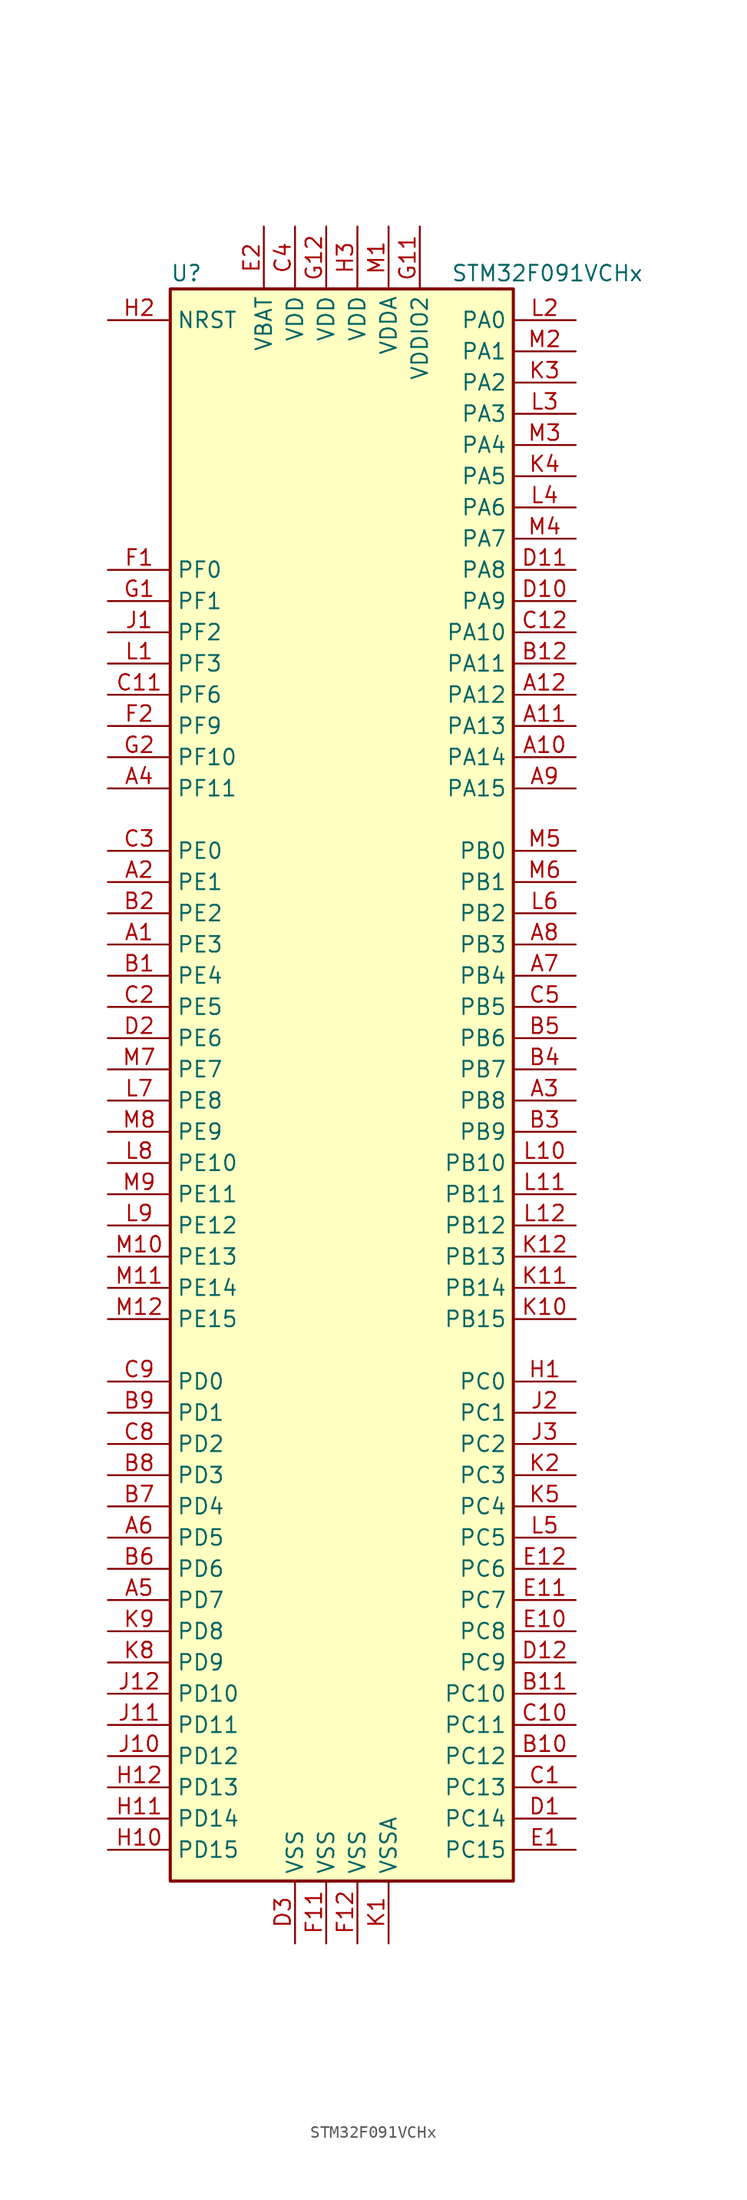
<source format=kicad_sym>
(kicad_symbol_lib
  (version 20201005)
  (generator kicad_symbol_editor)
  (symbol "STM32F091VCHx"
    (property "Reference" "U"
      (at -15.24 64.77 0)
      (effects (font (size 1.27 1.27)) (justify left)))
    (property "Value" "STM32F091VCHx"
      (at 7.62 64.77 0)
      (effects (font (size 1.27 1.27)) (justify left)))
    (symbol "STM32F091VCHx_0_1"
      (rectangle (start -15.24 -66.04) (end 12.7 63.5) (stroke (width 0.254)) (fill (type background))))
    (symbol "STM32F091VCHx_1_1"
      (pin no_connect line (at -15.24 -63.5 0) (length 5.08) hide (name "NC" (effects (font (size 1.27 1.27)))) (number "E3" (effects (font (size 1.27 1.27)))))
      (pin input line (at -20.32 60.96 0) (length 5.08) (name "NRST" (effects (font (size 1.27 1.27)))) (number "H2" (effects (font (size 1.27 1.27)))))
      (pin bidirectional line (at 17.78 60.96 180) (length 5.08) (name "PA0" (effects (font (size 1.27 1.27)))) (number "L2" (effects (font (size 1.27 1.27)))))
      (pin bidirectional line (at 17.78 58.42 180) (length 5.08) (name "PA1" (effects (font (size 1.27 1.27)))) (number "M2" (effects (font (size 1.27 1.27)))))
      (pin bidirectional line (at 17.78 35.56 180) (length 5.08) (name "PA10" (effects (font (size 1.27 1.27)))) (number "C12" (effects (font (size 1.27 1.27)))))
      (pin bidirectional line (at 17.78 33.02 180) (length 5.08) (name "PA11" (effects (font (size 1.27 1.27)))) (number "B12" (effects (font (size 1.27 1.27)))))
      (pin bidirectional line (at 17.78 30.48 180) (length 5.08) (name "PA12" (effects (font (size 1.27 1.27)))) (number "A12" (effects (font (size 1.27 1.27)))))
      (pin bidirectional line (at 17.78 27.94 180) (length 5.08) (name "PA13" (effects (font (size 1.27 1.27)))) (number "A11" (effects (font (size 1.27 1.27)))))
      (pin bidirectional line (at 17.78 25.4 180) (length 5.08) (name "PA14" (effects (font (size 1.27 1.27)))) (number "A10" (effects (font (size 1.27 1.27)))))
      (pin bidirectional line (at 17.78 22.86 180) (length 5.08) (name "PA15" (effects (font (size 1.27 1.27)))) (number "A9" (effects (font (size 1.27 1.27)))))
      (pin bidirectional line (at 17.78 55.88 180) (length 5.08) (name "PA2" (effects (font (size 1.27 1.27)))) (number "K3" (effects (font (size 1.27 1.27)))))
      (pin bidirectional line (at 17.78 53.34 180) (length 5.08) (name "PA3" (effects (font (size 1.27 1.27)))) (number "L3" (effects (font (size 1.27 1.27)))))
      (pin bidirectional line (at 17.78 50.8 180) (length 5.08) (name "PA4" (effects (font (size 1.27 1.27)))) (number "M3" (effects (font (size 1.27 1.27)))))
      (pin bidirectional line (at 17.78 48.26 180) (length 5.08) (name "PA5" (effects (font (size 1.27 1.27)))) (number "K4" (effects (font (size 1.27 1.27)))))
      (pin bidirectional line (at 17.78 45.72 180) (length 5.08) (name "PA6" (effects (font (size 1.27 1.27)))) (number "L4" (effects (font (size 1.27 1.27)))))
      (pin bidirectional line (at 17.78 43.18 180) (length 5.08) (name "PA7" (effects (font (size 1.27 1.27)))) (number "M4" (effects (font (size 1.27 1.27)))))
      (pin bidirectional line (at 17.78 40.64 180) (length 5.08) (name "PA8" (effects (font (size 1.27 1.27)))) (number "D11" (effects (font (size 1.27 1.27)))))
      (pin bidirectional line (at 17.78 38.1 180) (length 5.08) (name "PA9" (effects (font (size 1.27 1.27)))) (number "D10" (effects (font (size 1.27 1.27)))))
      (pin bidirectional line (at 17.78 17.78 180) (length 5.08) (name "PB0" (effects (font (size 1.27 1.27)))) (number "M5" (effects (font (size 1.27 1.27)))))
      (pin bidirectional line (at 17.78 15.24 180) (length 5.08) (name "PB1" (effects (font (size 1.27 1.27)))) (number "M6" (effects (font (size 1.27 1.27)))))
      (pin bidirectional line (at 17.78 -7.62 180) (length 5.08) (name "PB10" (effects (font (size 1.27 1.27)))) (number "L10" (effects (font (size 1.27 1.27)))))
      (pin bidirectional line (at 17.78 -10.16 180) (length 5.08) (name "PB11" (effects (font (size 1.27 1.27)))) (number "L11" (effects (font (size 1.27 1.27)))))
      (pin bidirectional line (at 17.78 -12.7 180) (length 5.08) (name "PB12" (effects (font (size 1.27 1.27)))) (number "L12" (effects (font (size 1.27 1.27)))))
      (pin bidirectional line (at 17.78 -15.24 180) (length 5.08) (name "PB13" (effects (font (size 1.27 1.27)))) (number "K12" (effects (font (size 1.27 1.27)))))
      (pin bidirectional line (at 17.78 -17.78 180) (length 5.08) (name "PB14" (effects (font (size 1.27 1.27)))) (number "K11" (effects (font (size 1.27 1.27)))))
      (pin bidirectional line (at 17.78 -20.32 180) (length 5.08) (name "PB15" (effects (font (size 1.27 1.27)))) (number "K10" (effects (font (size 1.27 1.27)))))
      (pin bidirectional line (at 17.78 12.7 180) (length 5.08) (name "PB2" (effects (font (size 1.27 1.27)))) (number "L6" (effects (font (size 1.27 1.27)))))
      (pin bidirectional line (at 17.78 10.16 180) (length 5.08) (name "PB3" (effects (font (size 1.27 1.27)))) (number "A8" (effects (font (size 1.27 1.27)))))
      (pin bidirectional line (at 17.78 7.62 180) (length 5.08) (name "PB4" (effects (font (size 1.27 1.27)))) (number "A7" (effects (font (size 1.27 1.27)))))
      (pin bidirectional line (at 17.78 5.08 180) (length 5.08) (name "PB5" (effects (font (size 1.27 1.27)))) (number "C5" (effects (font (size 1.27 1.27)))))
      (pin bidirectional line (at 17.78 2.54 180) (length 5.08) (name "PB6" (effects (font (size 1.27 1.27)))) (number "B5" (effects (font (size 1.27 1.27)))))
      (pin bidirectional line (at 17.78 0 180) (length 5.08) (name "PB7" (effects (font (size 1.27 1.27)))) (number "B4" (effects (font (size 1.27 1.27)))))
      (pin bidirectional line (at 17.78 -2.54 180) (length 5.08) (name "PB8" (effects (font (size 1.27 1.27)))) (number "A3" (effects (font (size 1.27 1.27)))))
      (pin bidirectional line (at 17.78 -5.08 180) (length 5.08) (name "PB9" (effects (font (size 1.27 1.27)))) (number "B3" (effects (font (size 1.27 1.27)))))
      (pin bidirectional line (at 17.78 -25.4 180) (length 5.08) (name "PC0" (effects (font (size 1.27 1.27)))) (number "H1" (effects (font (size 1.27 1.27)))))
      (pin bidirectional line (at 17.78 -27.94 180) (length 5.08) (name "PC1" (effects (font (size 1.27 1.27)))) (number "J2" (effects (font (size 1.27 1.27)))))
      (pin bidirectional line (at 17.78 -50.8 180) (length 5.08) (name "PC10" (effects (font (size 1.27 1.27)))) (number "B11" (effects (font (size 1.27 1.27)))))
      (pin bidirectional line (at 17.78 -53.34 180) (length 5.08) (name "PC11" (effects (font (size 1.27 1.27)))) (number "C10" (effects (font (size 1.27 1.27)))))
      (pin bidirectional line (at 17.78 -55.88 180) (length 5.08) (name "PC12" (effects (font (size 1.27 1.27)))) (number "B10" (effects (font (size 1.27 1.27)))))
      (pin bidirectional line (at 17.78 -58.42 180) (length 5.08) (name "PC13" (effects (font (size 1.27 1.27)))) (number "C1" (effects (font (size 1.27 1.27)))))
      (pin bidirectional line (at 17.78 -60.96 180) (length 5.08) (name "PC14" (effects (font (size 1.27 1.27)))) (number "D1" (effects (font (size 1.27 1.27)))))
      (pin bidirectional line (at 17.78 -63.5 180) (length 5.08) (name "PC15" (effects (font (size 1.27 1.27)))) (number "E1" (effects (font (size 1.27 1.27)))))
      (pin bidirectional line (at 17.78 -30.48 180) (length 5.08) (name "PC2" (effects (font (size 1.27 1.27)))) (number "J3" (effects (font (size 1.27 1.27)))))
      (pin bidirectional line (at 17.78 -33.02 180) (length 5.08) (name "PC3" (effects (font (size 1.27 1.27)))) (number "K2" (effects (font (size 1.27 1.27)))))
      (pin bidirectional line (at 17.78 -35.56 180) (length 5.08) (name "PC4" (effects (font (size 1.27 1.27)))) (number "K5" (effects (font (size 1.27 1.27)))))
      (pin bidirectional line (at 17.78 -38.1 180) (length 5.08) (name "PC5" (effects (font (size 1.27 1.27)))) (number "L5" (effects (font (size 1.27 1.27)))))
      (pin bidirectional line (at 17.78 -40.64 180) (length 5.08) (name "PC6" (effects (font (size 1.27 1.27)))) (number "E12" (effects (font (size 1.27 1.27)))))
      (pin bidirectional line (at 17.78 -43.18 180) (length 5.08) (name "PC7" (effects (font (size 1.27 1.27)))) (number "E11" (effects (font (size 1.27 1.27)))))
      (pin bidirectional line (at 17.78 -45.72 180) (length 5.08) (name "PC8" (effects (font (size 1.27 1.27)))) (number "E10" (effects (font (size 1.27 1.27)))))
      (pin bidirectional line (at 17.78 -48.26 180) (length 5.08) (name "PC9" (effects (font (size 1.27 1.27)))) (number "D12" (effects (font (size 1.27 1.27)))))
      (pin bidirectional line (at -20.32 -25.4 0) (length 5.08) (name "PD0" (effects (font (size 1.27 1.27)))) (number "C9" (effects (font (size 1.27 1.27)))))
      (pin bidirectional line (at -20.32 -27.94 0) (length 5.08) (name "PD1" (effects (font (size 1.27 1.27)))) (number "B9" (effects (font (size 1.27 1.27)))))
      (pin bidirectional line (at -20.32 -50.8 0) (length 5.08) (name "PD10" (effects (font (size 1.27 1.27)))) (number "J12" (effects (font (size 1.27 1.27)))))
      (pin bidirectional line (at -20.32 -53.34 0) (length 5.08) (name "PD11" (effects (font (size 1.27 1.27)))) (number "J11" (effects (font (size 1.27 1.27)))))
      (pin bidirectional line (at -20.32 -55.88 0) (length 5.08) (name "PD12" (effects (font (size 1.27 1.27)))) (number "J10" (effects (font (size 1.27 1.27)))))
      (pin bidirectional line (at -20.32 -58.42 0) (length 5.08) (name "PD13" (effects (font (size 1.27 1.27)))) (number "H12" (effects (font (size 1.27 1.27)))))
      (pin bidirectional line (at -20.32 -60.96 0) (length 5.08) (name "PD14" (effects (font (size 1.27 1.27)))) (number "H11" (effects (font (size 1.27 1.27)))))
      (pin bidirectional line (at -20.32 -63.5 0) (length 5.08) (name "PD15" (effects (font (size 1.27 1.27)))) (number "H10" (effects (font (size 1.27 1.27)))))
      (pin bidirectional line (at -20.32 -30.48 0) (length 5.08) (name "PD2" (effects (font (size 1.27 1.27)))) (number "C8" (effects (font (size 1.27 1.27)))))
      (pin bidirectional line (at -20.32 -33.02 0) (length 5.08) (name "PD3" (effects (font (size 1.27 1.27)))) (number "B8" (effects (font (size 1.27 1.27)))))
      (pin bidirectional line (at -20.32 -35.56 0) (length 5.08) (name "PD4" (effects (font (size 1.27 1.27)))) (number "B7" (effects (font (size 1.27 1.27)))))
      (pin bidirectional line (at -20.32 -38.1 0) (length 5.08) (name "PD5" (effects (font (size 1.27 1.27)))) (number "A6" (effects (font (size 1.27 1.27)))))
      (pin bidirectional line (at -20.32 -40.64 0) (length 5.08) (name "PD6" (effects (font (size 1.27 1.27)))) (number "B6" (effects (font (size 1.27 1.27)))))
      (pin bidirectional line (at -20.32 -43.18 0) (length 5.08) (name "PD7" (effects (font (size 1.27 1.27)))) (number "A5" (effects (font (size 1.27 1.27)))))
      (pin bidirectional line (at -20.32 -45.72 0) (length 5.08) (name "PD8" (effects (font (size 1.27 1.27)))) (number "K9" (effects (font (size 1.27 1.27)))))
      (pin bidirectional line (at -20.32 -48.26 0) (length 5.08) (name "PD9" (effects (font (size 1.27 1.27)))) (number "K8" (effects (font (size 1.27 1.27)))))
      (pin bidirectional line (at -20.32 17.78 0) (length 5.08) (name "PE0" (effects (font (size 1.27 1.27)))) (number "C3" (effects (font (size 1.27 1.27)))))
      (pin bidirectional line (at -20.32 15.24 0) (length 5.08) (name "PE1" (effects (font (size 1.27 1.27)))) (number "A2" (effects (font (size 1.27 1.27)))))
      (pin bidirectional line (at -20.32 -7.62 0) (length 5.08) (name "PE10" (effects (font (size 1.27 1.27)))) (number "L8" (effects (font (size 1.27 1.27)))))
      (pin bidirectional line (at -20.32 -10.16 0) (length 5.08) (name "PE11" (effects (font (size 1.27 1.27)))) (number "M9" (effects (font (size 1.27 1.27)))))
      (pin bidirectional line (at -20.32 -12.7 0) (length 5.08) (name "PE12" (effects (font (size 1.27 1.27)))) (number "L9" (effects (font (size 1.27 1.27)))))
      (pin bidirectional line (at -20.32 -15.24 0) (length 5.08) (name "PE13" (effects (font (size 1.27 1.27)))) (number "M10" (effects (font (size 1.27 1.27)))))
      (pin bidirectional line (at -20.32 -17.78 0) (length 5.08) (name "PE14" (effects (font (size 1.27 1.27)))) (number "M11" (effects (font (size 1.27 1.27)))))
      (pin bidirectional line (at -20.32 -20.32 0) (length 5.08) (name "PE15" (effects (font (size 1.27 1.27)))) (number "M12" (effects (font (size 1.27 1.27)))))
      (pin bidirectional line (at -20.32 12.7 0) (length 5.08) (name "PE2" (effects (font (size 1.27 1.27)))) (number "B2" (effects (font (size 1.27 1.27)))))
      (pin bidirectional line (at -20.32 10.16 0) (length 5.08) (name "PE3" (effects (font (size 1.27 1.27)))) (number "A1" (effects (font (size 1.27 1.27)))))
      (pin bidirectional line (at -20.32 7.62 0) (length 5.08) (name "PE4" (effects (font (size 1.27 1.27)))) (number "B1" (effects (font (size 1.27 1.27)))))
      (pin bidirectional line (at -20.32 5.08 0) (length 5.08) (name "PE5" (effects (font (size 1.27 1.27)))) (number "C2" (effects (font (size 1.27 1.27)))))
      (pin bidirectional line (at -20.32 2.54 0) (length 5.08) (name "PE6" (effects (font (size 1.27 1.27)))) (number "D2" (effects (font (size 1.27 1.27)))))
      (pin bidirectional line (at -20.32 0 0) (length 5.08) (name "PE7" (effects (font (size 1.27 1.27)))) (number "M7" (effects (font (size 1.27 1.27)))))
      (pin bidirectional line (at -20.32 -2.54 0) (length 5.08) (name "PE8" (effects (font (size 1.27 1.27)))) (number "L7" (effects (font (size 1.27 1.27)))))
      (pin bidirectional line (at -20.32 -5.08 0) (length 5.08) (name "PE9" (effects (font (size 1.27 1.27)))) (number "M8" (effects (font (size 1.27 1.27)))))
      (pin input line (at -20.32 40.64 0) (length 5.08) (name "PF0" (effects (font (size 1.27 1.27)))) (number "F1" (effects (font (size 1.27 1.27)))))
      (pin input line (at -20.32 38.1 0) (length 5.08) (name "PF1" (effects (font (size 1.27 1.27)))) (number "G1" (effects (font (size 1.27 1.27)))))
      (pin bidirectional line (at -20.32 25.4 0) (length 5.08) (name "PF10" (effects (font (size 1.27 1.27)))) (number "G2" (effects (font (size 1.27 1.27)))))
      (pin bidirectional line (at -20.32 22.86 0) (length 5.08) (name "PF11" (effects (font (size 1.27 1.27)))) (number "A4" (effects (font (size 1.27 1.27)))))
      (pin bidirectional line (at -20.32 35.56 0) (length 5.08) (name "PF2" (effects (font (size 1.27 1.27)))) (number "J1" (effects (font (size 1.27 1.27)))))
      (pin bidirectional line (at -20.32 33.02 0) (length 5.08) (name "PF3" (effects (font (size 1.27 1.27)))) (number "L1" (effects (font (size 1.27 1.27)))))
      (pin bidirectional line (at -20.32 30.48 0) (length 5.08) (name "PF6" (effects (font (size 1.27 1.27)))) (number "C11" (effects (font (size 1.27 1.27)))))
      (pin bidirectional line (at -20.32 27.94 0) (length 5.08) (name "PF9" (effects (font (size 1.27 1.27)))) (number "F2" (effects (font (size 1.27 1.27)))))
      (pin power_in line (at -7.62 68.58 270) (length 5.08) (name "VBAT" (effects (font (size 1.27 1.27)))) (number "E2" (effects (font (size 1.27 1.27)))))
      (pin power_in line (at -5.08 68.58 270) (length 5.08) (name "VDD" (effects (font (size 1.27 1.27)))) (number "C4" (effects (font (size 1.27 1.27)))))
      (pin power_in line (at -2.54 68.58 270) (length 5.08) (name "VDD" (effects (font (size 1.27 1.27)))) (number "G12" (effects (font (size 1.27 1.27)))))
      (pin power_in line (at 0 68.58 270) (length 5.08) (name "VDD" (effects (font (size 1.27 1.27)))) (number "H3" (effects (font (size 1.27 1.27)))))
      (pin power_in line (at 2.54 68.58 270) (length 5.08) (name "VDDA" (effects (font (size 1.27 1.27)))) (number "M1" (effects (font (size 1.27 1.27)))))
      (pin power_in line (at 5.08 68.58 270) (length 5.08) (name "VDDIO2" (effects (font (size 1.27 1.27)))) (number "G11" (effects (font (size 1.27 1.27)))))
      (pin power_in line (at -5.08 -71.12 90) (length 5.08) (name "VSS" (effects (font (size 1.27 1.27)))) (number "D3" (effects (font (size 1.27 1.27)))))
      (pin power_in line (at -2.54 -71.12 90) (length 5.08) (name "VSS" (effects (font (size 1.27 1.27)))) (number "F11" (effects (font (size 1.27 1.27)))))
      (pin power_in line (at 0 -71.12 90) (length 5.08) (name "VSS" (effects (font (size 1.27 1.27)))) (number "F12" (effects (font (size 1.27 1.27)))))
      (pin power_in line (at 2.54 -71.12 90) (length 5.08) (name "VSSA" (effects (font (size 1.27 1.27)))) (number "K1" (effects (font (size 1.27 1.27))))))))
</source>
